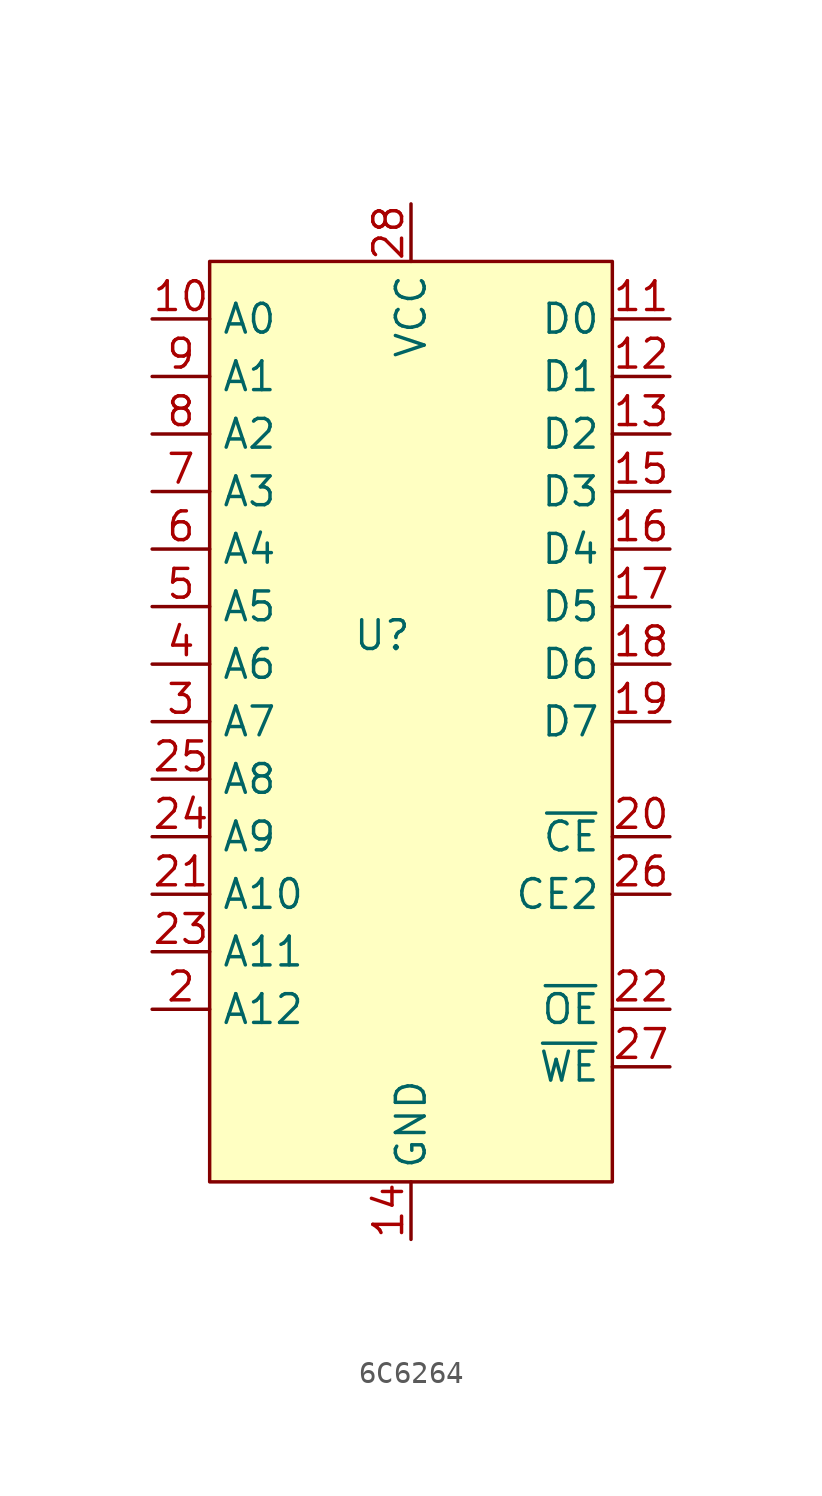
<source format=kicad_sym>
(kicad_symbol_lib
  (version 20220914)
  (generator kicad_symbol_editor)
  (symbol "6C6264"
    (property "Reference" "U"
      (at 0 0 0)
      (effects (font (size 1.27 1.27))))
    (property "Value" ""
      (at 0 0 0)
      (effects (font (size 1.27 1.27))))
    (symbol "6C6264_0_0"
      (pin input line (at -10.16 13.97 0) (length 2.54) (name "A0" (effects (font (size 1.27 1.27)))) (number "10" (effects (font (size 1.27 1.27)))))
      (pin bidirectional line (at 12.7 13.97 180) (length 2.54) (name "D0" (effects (font (size 1.27 1.27)))) (number "11" (effects (font (size 1.27 1.27)))))
      (pin bidirectional line (at 12.7 11.43 180) (length 2.54) (name "D1" (effects (font (size 1.27 1.27)))) (number "12" (effects (font (size 1.27 1.27)))))
      (pin bidirectional line (at 12.7 8.89 180) (length 2.54) (name "D2" (effects (font (size 1.27 1.27)))) (number "13" (effects (font (size 1.27 1.27)))))
      (pin power_in line (at 1.27 -26.67 90) (length 2.54) (name "GND" (effects (font (size 1.27 1.27)))) (number "14" (effects (font (size 1.27 1.27)))))
      (pin bidirectional line (at 12.7 6.35 180) (length 2.54) (name "D3" (effects (font (size 1.27 1.27)))) (number "15" (effects (font (size 1.27 1.27)))))
      (pin bidirectional line (at 12.7 3.81 180) (length 2.54) (name "D4" (effects (font (size 1.27 1.27)))) (number "16" (effects (font (size 1.27 1.27)))))
      (pin bidirectional line (at 12.7 1.27 180) (length 2.54) (name "D5" (effects (font (size 1.27 1.27)))) (number "17" (effects (font (size 1.27 1.27)))))
      (pin bidirectional line (at 12.7 -1.27 180) (length 2.54) (name "D6" (effects (font (size 1.27 1.27)))) (number "18" (effects (font (size 1.27 1.27)))))
      (pin bidirectional line (at 12.7 -3.81 180) (length 2.54) (name "D7" (effects (font (size 1.27 1.27)))) (number "19" (effects (font (size 1.27 1.27)))))
      (pin input line (at -10.16 -16.51 0) (length 2.54) (name "A12" (effects (font (size 1.27 1.27)))) (number "2" (effects (font (size 1.27 1.27)))))
      (pin input line (at 12.7 -8.89 180) (length 2.54) (name "~{CE}" (effects (font (size 1.27 1.27)))) (number "20" (effects (font (size 1.27 1.27)))))
      (pin input line (at -10.16 -11.43 0) (length 2.54) (name "A10" (effects (font (size 1.27 1.27)))) (number "21" (effects (font (size 1.27 1.27)))))
      (pin input line (at 12.7 -16.51 180) (length 2.54) (name "~{OE}" (effects (font (size 1.27 1.27)))) (number "22" (effects (font (size 1.27 1.27)))))
      (pin input line (at -10.16 -13.97 0) (length 2.54) (name "A11" (effects (font (size 1.27 1.27)))) (number "23" (effects (font (size 1.27 1.27)))))
      (pin input line (at -10.16 -8.89 0) (length 2.54) (name "A9" (effects (font (size 1.27 1.27)))) (number "24" (effects (font (size 1.27 1.27)))))
      (pin input line (at -10.16 -6.35 0) (length 2.54) (name "A8" (effects (font (size 1.27 1.27)))) (number "25" (effects (font (size 1.27 1.27)))))
      (pin input line (at 12.7 -19.05 180) (length 2.54) (name "~{WE}" (effects (font (size 1.27 1.27)))) (number "27" (effects (font (size 1.27 1.27)))))
      (pin power_in line (at 1.27 19.05 270) (length 2.54) (name "VCC" (effects (font (size 1.27 1.27)))) (number "28" (effects (font (size 1.27 1.27)))))
      (pin input line (at -10.16 -3.81 0) (length 2.54) (name "A7" (effects (font (size 1.27 1.27)))) (number "3" (effects (font (size 1.27 1.27)))))
      (pin input line (at -10.16 -1.27 0) (length 2.54) (name "A6" (effects (font (size 1.27 1.27)))) (number "4" (effects (font (size 1.27 1.27)))))
      (pin input line (at -10.16 1.27 0) (length 2.54) (name "A5" (effects (font (size 1.27 1.27)))) (number "5" (effects (font (size 1.27 1.27)))))
      (pin input line (at -10.16 3.81 0) (length 2.54) (name "A4" (effects (font (size 1.27 1.27)))) (number "6" (effects (font (size 1.27 1.27)))))
      (pin input line (at -10.16 6.35 0) (length 2.54) (name "A3" (effects (font (size 1.27 1.27)))) (number "7" (effects (font (size 1.27 1.27)))))
      (pin input line (at -10.16 8.89 0) (length 2.54) (name "A2" (effects (font (size 1.27 1.27)))) (number "8" (effects (font (size 1.27 1.27)))))
      (pin input line (at -10.16 11.43 0) (length 2.54) (name "A1" (effects (font (size 1.27 1.27)))) (number "9" (effects (font (size 1.27 1.27))))))
    (symbol "6C6264_1_0"
      (pin no_connect line (at 12.7 -6.35 180) (length 2.54) hide (name "NC" (effects (font (size 1.27 1.27)))) (number "1" (effects (font (size 1.27 1.27)))))
      (pin input line (at 12.7 -11.43 180) (length 2.54) (name "CE2" (effects (font (size 1.27 1.27)))) (number "26" (effects (font (size 1.27 1.27))))))
    (symbol "6C6264_1_1"
      (rectangle (start -7.62 16.51) (end 10.16 -24.13) (stroke (width 0) (type default)) (fill (type background))))))
</source>
